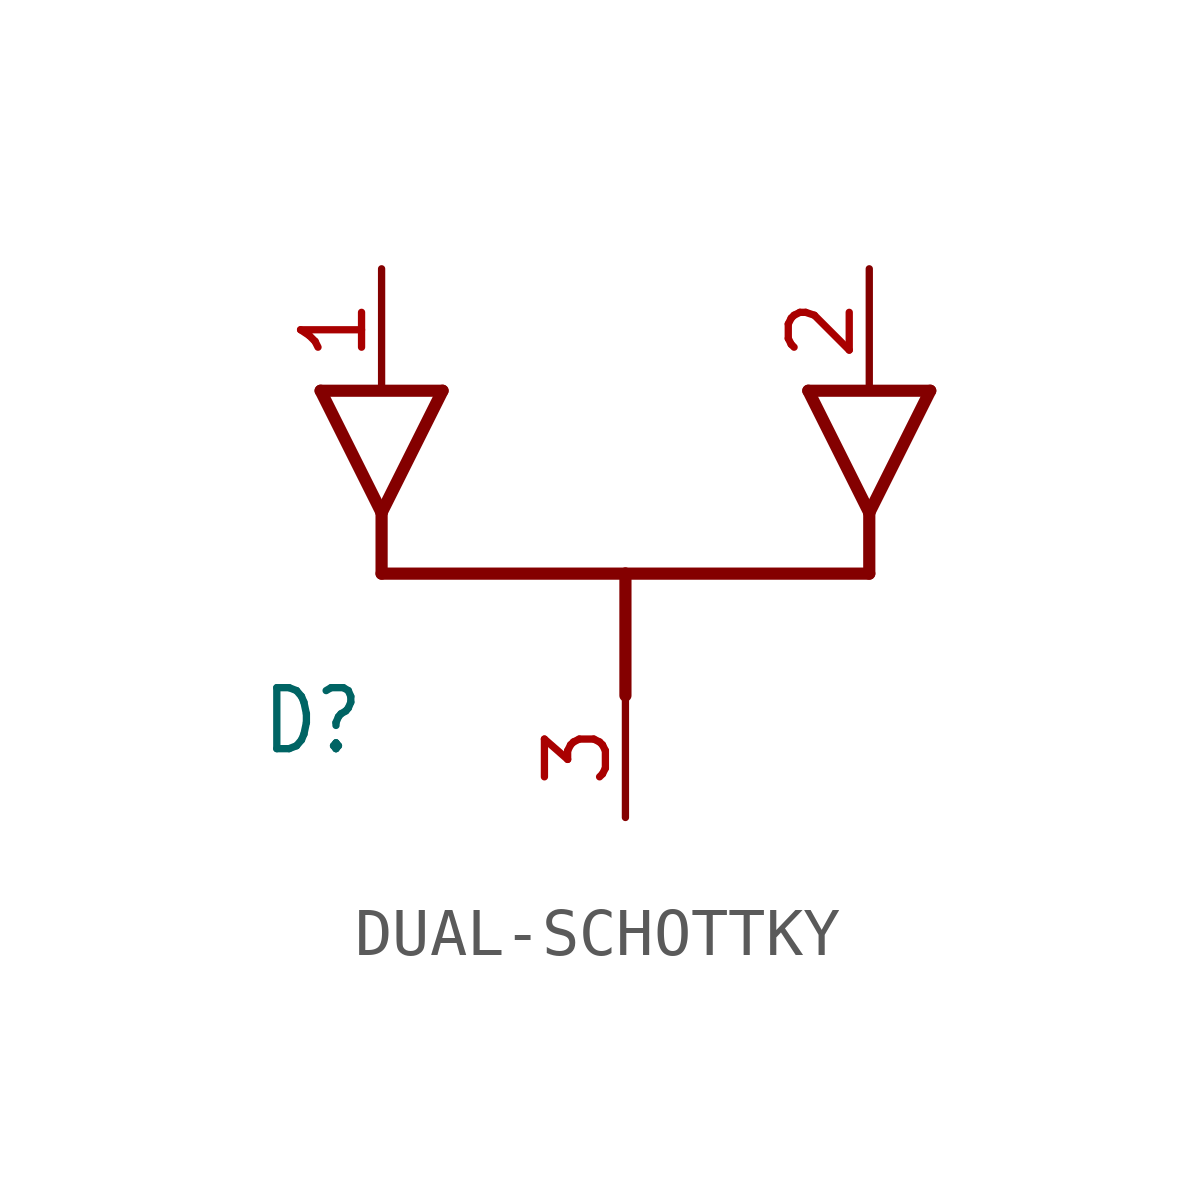
<source format=kicad_sym>
(kicad_symbol_lib
  (version 20220914)
  (generator kicad_symbol_editor)
  (symbol "DUAL-SCHOTTKY"
    (property "Reference" "D"
      (at -7.62 -5.08 0)
      (effects (font (size 1.27 1.079)) (justify left bottom)))
    (property "ki_locked" ""
      (at 0 0 0)
      (effects (font (size 1.27 1.27))))
    (symbol "DUAL-SCHOTTKY_1_0"
      (polyline (pts (xy -6.35 2.54) (xy -3.81 2.54)) (stroke (width 0.254) (type solid)) (fill (type none)))
      (polyline (pts (xy -5.08 0) (xy -6.35 2.54)) (stroke (width 0.254) (type solid)) (fill (type none)))
      (polyline (pts (xy -5.08 0) (xy -5.08 -1.27)) (stroke (width 0.254) (type solid)) (fill (type none)))
      (polyline (pts (xy -3.81 2.54) (xy -5.08 0)) (stroke (width 0.254) (type solid)) (fill (type none)))
      (polyline (pts (xy 0 -3.81) (xy 0 -1.27)) (stroke (width 0.254) (type solid)) (fill (type none)))
      (polyline (pts (xy 0 -1.27) (xy -5.08 -1.27)) (stroke (width 0.254) (type solid)) (fill (type none)))
      (polyline (pts (xy 0 -1.27) (xy 5.08 -1.27)) (stroke (width 0.254) (type solid)) (fill (type none)))
      (polyline (pts (xy 3.81 2.54) (xy 6.35 2.54)) (stroke (width 0.254) (type solid)) (fill (type none)))
      (polyline (pts (xy 5.08 0) (xy 3.81 2.54)) (stroke (width 0.254) (type solid)) (fill (type none)))
      (polyline (pts (xy 5.08 0) (xy 5.08 -1.27)) (stroke (width 0.254) (type solid)) (fill (type none)))
      (polyline (pts (xy 6.35 2.54) (xy 5.08 0)) (stroke (width 0.254) (type solid)) (fill (type none)))
      (pin bidirectional line (at -5.08 5.08 270) (length 2.54) (name "P$1" (effects (font (size 0 0)))) (number "1" (effects (font (size 1.27 1.27)))))
      (pin bidirectional line (at 5.08 5.08 270) (length 2.54) (name "P$2" (effects (font (size 0 0)))) (number "2" (effects (font (size 1.27 1.27)))))
      (pin bidirectional line (at 0 -6.35 90) (length 2.54) (name "P$3" (effects (font (size 0 0)))) (number "3" (effects (font (size 1.27 1.27))))))))
</source>
